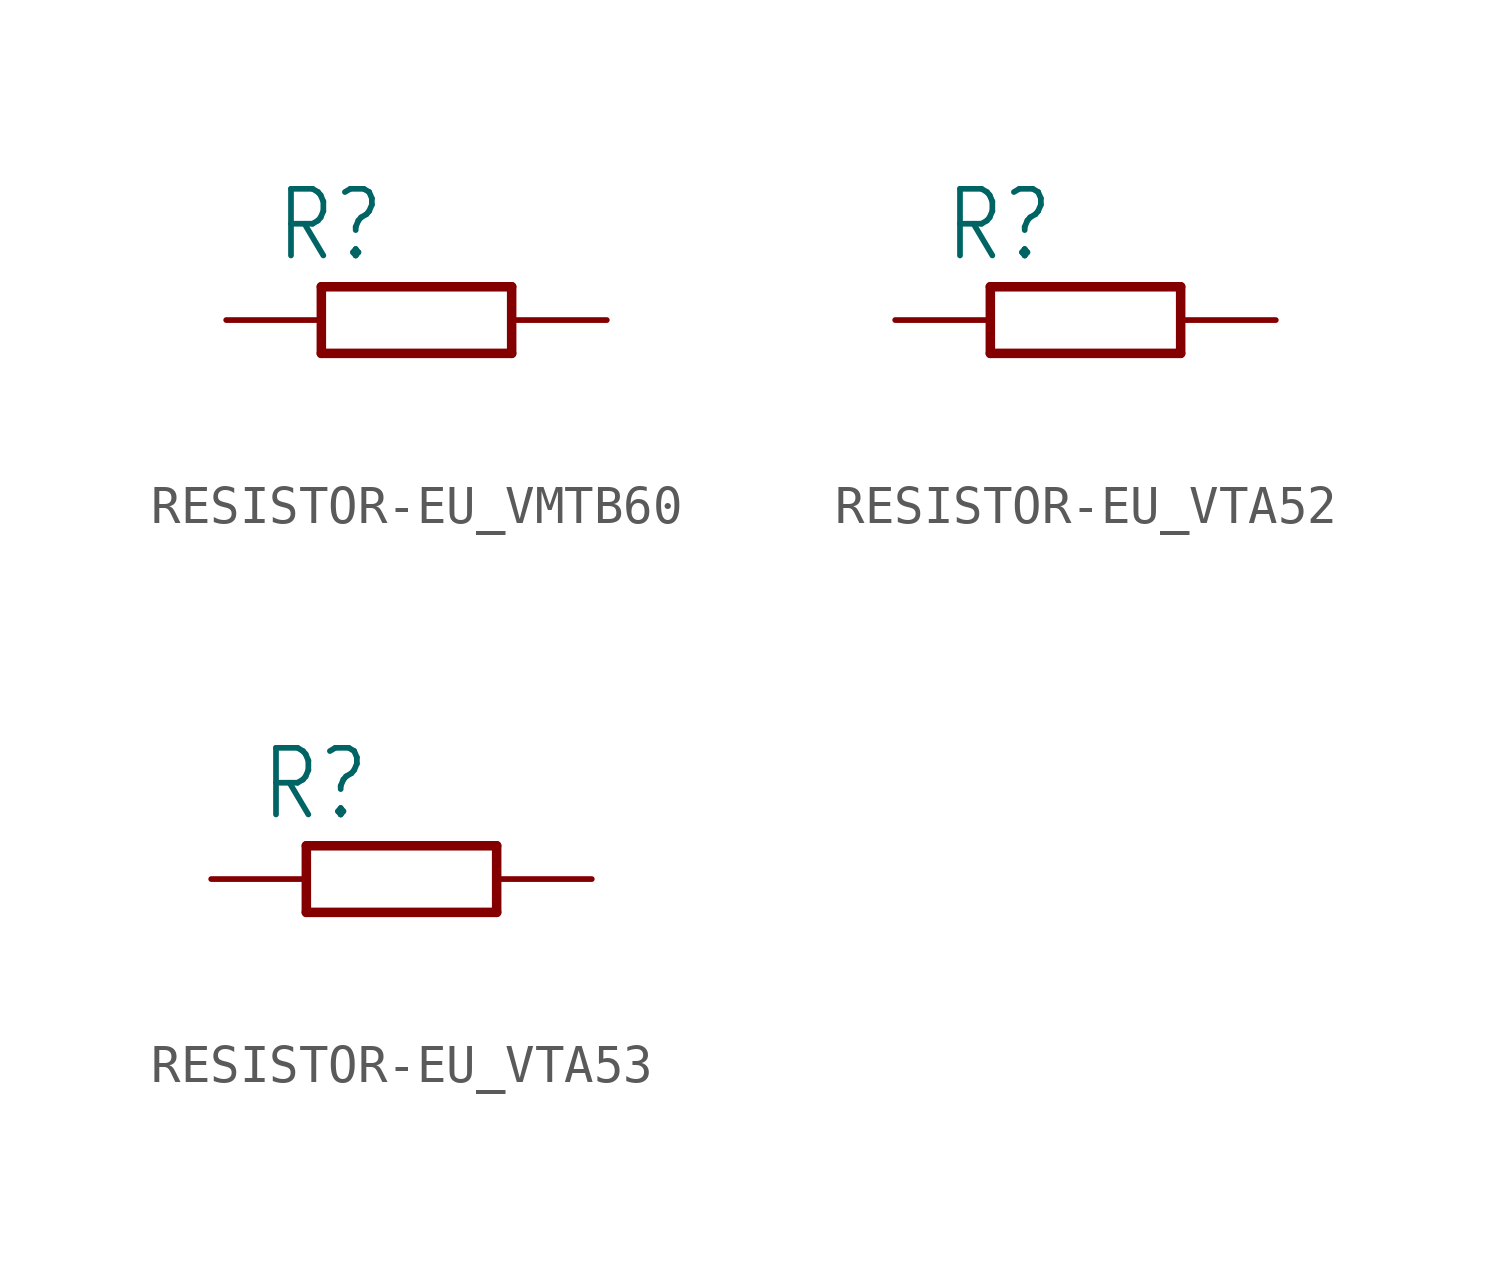
<source format=kicad_sym>
(kicad_symbol_lib
  (version 20231120)
  (generator "kicad_symbol_editor")
  (generator_version "8.0")
  (symbol "RESISTOR-EU_VMTB60"
    (property "Reference" "R"
      (at -3.81 1.499 0)
      (effects (font (size 1.778 1.511)) (justify left bottom)))
    (property "Value" ""
      (at -3.81 -3.302 0)
      (effects (font (size 1.778 1.511)) (justify left bottom)))
    (property "ki_locked" ""
      (at 0 0 0)
      (effects (font (size 1.27 1.27))))
    (symbol "RESISTOR-EU_VMTB60_1_0"
      (polyline (pts (xy -2.54 -0.889) (xy -2.54 0.889)) (stroke (width 0.254) (type solid)) (fill (type none)))
      (polyline (pts (xy -2.54 -0.889) (xy 2.54 -0.889)) (stroke (width 0.254) (type solid)) (fill (type none)))
      (polyline (pts (xy 2.54 -0.889) (xy 2.54 0.889)) (stroke (width 0.254) (type solid)) (fill (type none)))
      (polyline (pts (xy 2.54 0.889) (xy -2.54 0.889)) (stroke (width 0.254) (type solid)) (fill (type none)))
      (pin passive line (at -5.08 0 0) (length 2.54) (name "1" (effects (font (size 0 0)))) (number "1" (effects (font (size 0 0)))))
      (pin passive line (at 5.08 0 180) (length 2.54) (name "2" (effects (font (size 0 0)))) (number "2" (effects (font (size 0 0)))))))
  (symbol "RESISTOR-EU_VTA52"
    (property "Reference" "R"
      (at -3.81 1.499 0)
      (effects (font (size 1.778 1.511)) (justify left bottom)))
    (property "Value" ""
      (at -3.81 -3.302 0)
      (effects (font (size 1.778 1.511)) (justify left bottom)))
    (property "ki_locked" ""
      (at 0 0 0)
      (effects (font (size 1.27 1.27))))
    (symbol "RESISTOR-EU_VTA52_1_0"
      (polyline (pts (xy -2.54 -0.889) (xy -2.54 0.889)) (stroke (width 0.254) (type solid)) (fill (type none)))
      (polyline (pts (xy -2.54 -0.889) (xy 2.54 -0.889)) (stroke (width 0.254) (type solid)) (fill (type none)))
      (polyline (pts (xy 2.54 -0.889) (xy 2.54 0.889)) (stroke (width 0.254) (type solid)) (fill (type none)))
      (polyline (pts (xy 2.54 0.889) (xy -2.54 0.889)) (stroke (width 0.254) (type solid)) (fill (type none)))
      (pin passive line (at -5.08 0 0) (length 2.54) (name "1" (effects (font (size 0 0)))) (number "1" (effects (font (size 0 0)))))
      (pin passive line (at 5.08 0 180) (length 2.54) (name "2" (effects (font (size 0 0)))) (number "2" (effects (font (size 0 0)))))))
  (symbol "RESISTOR-EU_VTA53"
    (property "Reference" "R"
      (at -3.81 1.499 0)
      (effects (font (size 1.778 1.511)) (justify left bottom)))
    (property "Value" ""
      (at -3.81 -3.302 0)
      (effects (font (size 1.778 1.511)) (justify left bottom)))
    (property "ki_locked" ""
      (at 0 0 0)
      (effects (font (size 1.27 1.27))))
    (symbol "RESISTOR-EU_VTA53_1_0"
      (polyline (pts (xy -2.54 -0.889) (xy -2.54 0.889)) (stroke (width 0.254) (type solid)) (fill (type none)))
      (polyline (pts (xy -2.54 -0.889) (xy 2.54 -0.889)) (stroke (width 0.254) (type solid)) (fill (type none)))
      (polyline (pts (xy 2.54 -0.889) (xy 2.54 0.889)) (stroke (width 0.254) (type solid)) (fill (type none)))
      (polyline (pts (xy 2.54 0.889) (xy -2.54 0.889)) (stroke (width 0.254) (type solid)) (fill (type none)))
      (pin passive line (at -5.08 0 0) (length 2.54) (name "1" (effects (font (size 0 0)))) (number "1" (effects (font (size 0 0)))))
      (pin passive line (at 5.08 0 180) (length 2.54) (name "2" (effects (font (size 0 0)))) (number "2" (effects (font (size 0 0))))))))
</source>
